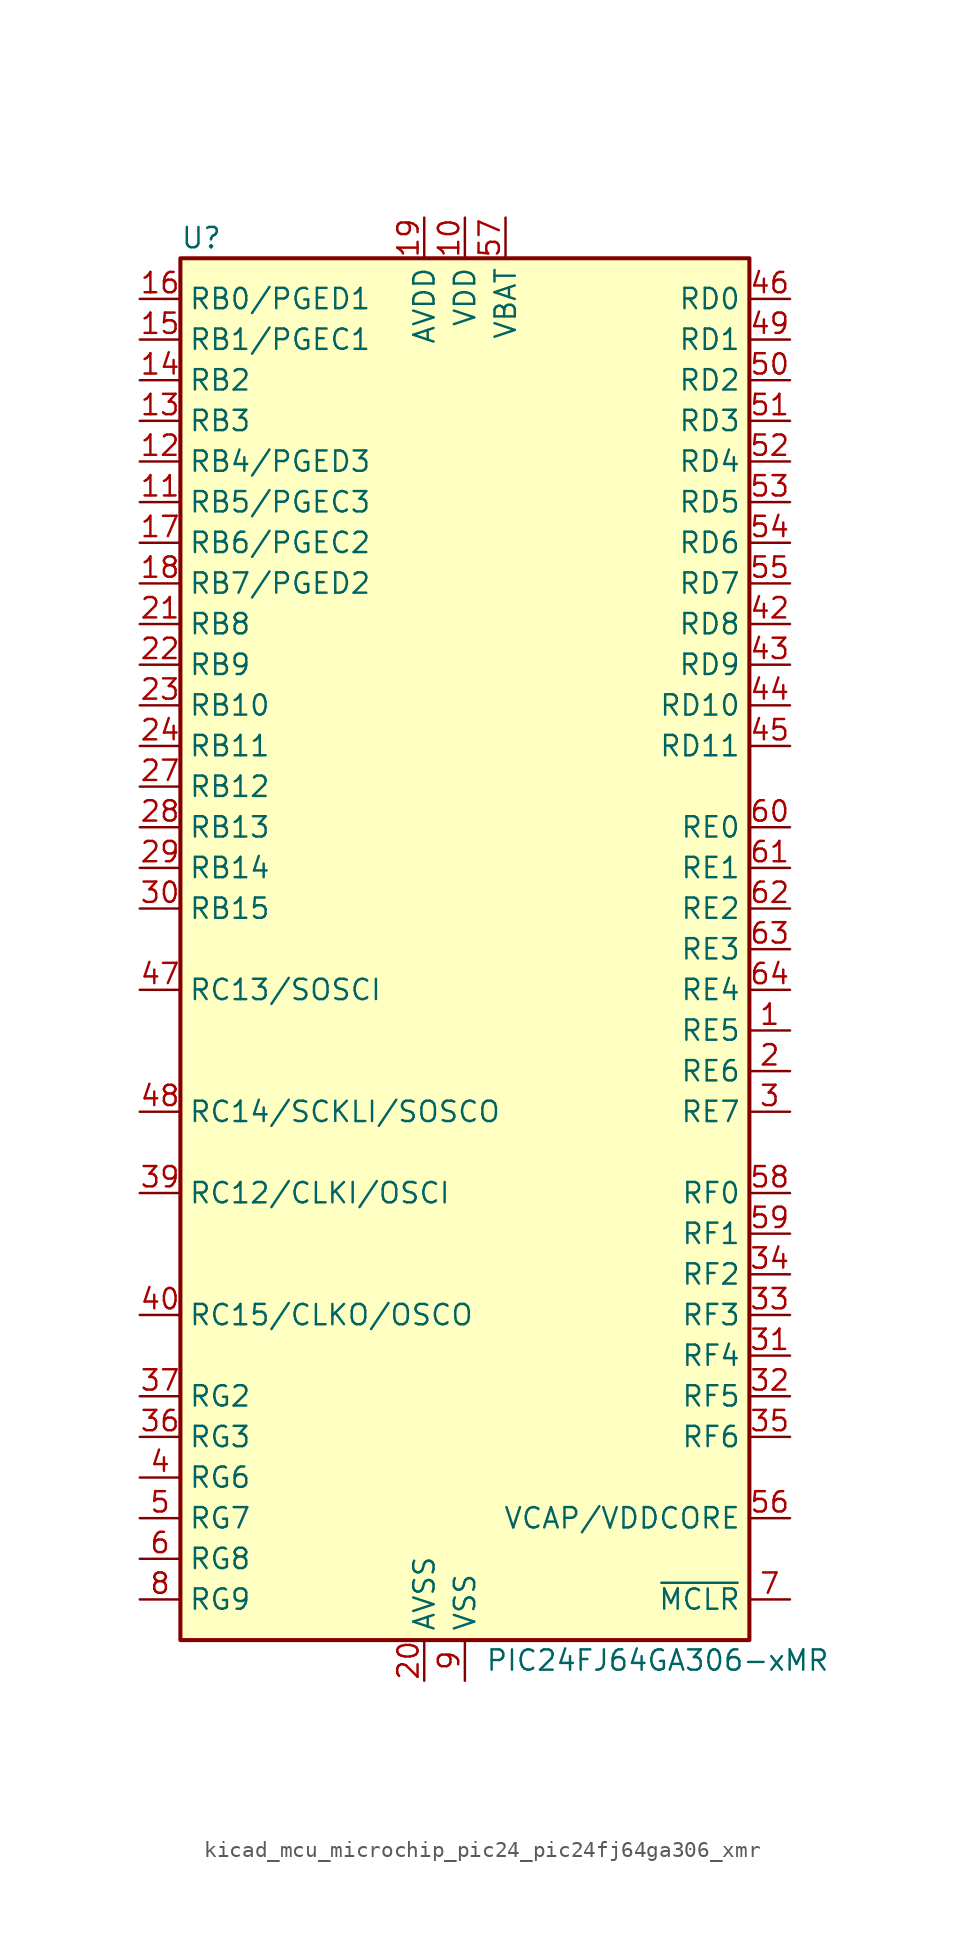
<source format=kicad_sym>
(kicad_symbol_lib
  (version 20220914)
  (generator kicad_symbol_editor)
  (symbol "kicad_mcu_microchip_pic24_pic24fj64ga306_xmr"
    (property "Reference" "U"
      (at -17.78 44.45 0)
      (effects (font (size 1.27 1.27)) (justify left)))
    (property "Value" "PIC24FJ64GA306-xMR"
      (at 1.27 -44.45 0)
      (effects (font (size 1.27 1.27)) (justify left)))
    (symbol "kicad_mcu_microchip_pic24_pic24fj64ga306_xmr_1_1"
      (rectangle (start -17.78 43.18) (end 17.78 -43.18) (stroke (width 0.254) (type default)) (fill (type background)))
      (pin bidirectional line (at 20.32 -5.08 180) (length 2.54) (name "RE5" (effects (font (size 1.27 1.27)))) (number "1" (effects (font (size 1.27 1.27)))) (alternate "CN63" bidirectional line) (alternate "CTED4" bidirectional line) (alternate "LCDBIAS2" bidirectional line) (alternate "PMD5" bidirectional line))
      (pin power_in line (at 0 45.72 270) (length 2.54) (name "VDD" (effects (font (size 1.27 1.27)))) (number "10" (effects (font (size 1.27 1.27)))))
      (pin bidirectional line (at -20.32 27.94 0) (length 2.54) (name "RB5/PGEC3" (effects (font (size 1.27 1.27)))) (number "11" (effects (font (size 1.27 1.27)))) (alternate "AN5" bidirectional line) (alternate "C1INA" bidirectional line) (alternate "CN7" bidirectional line) (alternate "RP18" bidirectional line) (alternate "SEG2" bidirectional line))
      (pin bidirectional line (at -20.32 30.48 0) (length 2.54) (name "RB4/PGED3" (effects (font (size 1.27 1.27)))) (number "12" (effects (font (size 1.27 1.27)))) (alternate "AN4" bidirectional line) (alternate "C1INB" bidirectional line) (alternate "CN6" bidirectional line) (alternate "RP28" bidirectional line) (alternate "SEG3" bidirectional line))
      (pin bidirectional line (at -20.32 33.02 0) (length 2.54) (name "RB3" (effects (font (size 1.27 1.27)))) (number "13" (effects (font (size 1.27 1.27)))) (alternate "AN3" bidirectional line) (alternate "C2INA" bidirectional line) (alternate "CN5" bidirectional line) (alternate "SEG4" bidirectional line))
      (pin bidirectional line (at -20.32 35.56 0) (length 2.54) (name "RB2" (effects (font (size 1.27 1.27)))) (number "14" (effects (font (size 1.27 1.27)))) (alternate "AN2" bidirectional line) (alternate "C2INB" bidirectional line) (alternate "CN4" bidirectional line) (alternate "CTCMP" bidirectional line) (alternate "CTED13" bidirectional line) (alternate "RP13" bidirectional line) (alternate "SEG5" bidirectional line))
      (pin bidirectional line (at -20.32 38.1 0) (length 2.54) (name "RB1/PGEC1" (effects (font (size 1.27 1.27)))) (number "15" (effects (font (size 1.27 1.27)))) (alternate "AN1" bidirectional line) (alternate "CN3" bidirectional line) (alternate "CTED12" bidirectional line) (alternate "CVREF-" bidirectional line) (alternate "RP1" bidirectional line) (alternate "SEG6" bidirectional line))
      (pin bidirectional line (at -20.32 40.64 0) (length 2.54) (name "RB0/PGED1" (effects (font (size 1.27 1.27)))) (number "16" (effects (font (size 1.27 1.27)))) (alternate "AN0" bidirectional line) (alternate "CN2" bidirectional line) (alternate "CVREF+" bidirectional line) (alternate "PMA6" bidirectional line) (alternate "RP0" bidirectional line) (alternate "SEG7" bidirectional line))
      (pin bidirectional line (at -20.32 25.4 0) (length 2.54) (name "RB6/PGEC2" (effects (font (size 1.27 1.27)))) (number "17" (effects (font (size 1.27 1.27)))) (alternate "AN6" bidirectional line) (alternate "CN24" bidirectional line) (alternate "LCDBIAS3" bidirectional line) (alternate "RP6" bidirectional line))
      (pin bidirectional line (at -20.32 22.86 0) (length 2.54) (name "RB7/PGED2" (effects (font (size 1.27 1.27)))) (number "18" (effects (font (size 1.27 1.27)))) (alternate "AN7" bidirectional line) (alternate "CN25" bidirectional line) (alternate "RP7" bidirectional line))
      (pin power_in line (at -2.54 45.72 270) (length 2.54) (name "AVDD" (effects (font (size 1.27 1.27)))) (number "19" (effects (font (size 1.27 1.27)))))
      (pin bidirectional line (at 20.32 -7.62 180) (length 2.54) (name "RE6" (effects (font (size 1.27 1.27)))) (number "2" (effects (font (size 1.27 1.27)))) (alternate "CN64" bidirectional line) (alternate "LCDBIAS1" bidirectional line) (alternate "PMD6" bidirectional line))
      (pin power_in line (at -2.54 -45.72 90) (length 2.54) (name "AVSS" (effects (font (size 1.27 1.27)))) (number "20" (effects (font (size 1.27 1.27)))))
      (pin bidirectional line (at -20.32 20.32 0) (length 2.54) (name "RB8" (effects (font (size 1.27 1.27)))) (number "21" (effects (font (size 1.27 1.27)))) (alternate "AN8" bidirectional line) (alternate "CN26" bidirectional line) (alternate "COM7" bidirectional line) (alternate "RP8" bidirectional line) (alternate "SEG31" bidirectional line))
      (pin bidirectional line (at -20.32 17.78 0) (length 2.54) (name "RB9" (effects (font (size 1.27 1.27)))) (number "22" (effects (font (size 1.27 1.27)))) (alternate "AN9" bidirectional line) (alternate "CN27" bidirectional line) (alternate "COM6" bidirectional line) (alternate "PMA7" bidirectional line) (alternate "RP9" bidirectional line) (alternate "SEG30" bidirectional line))
      (pin bidirectional line (at -20.32 15.24 0) (length 2.54) (name "RB10" (effects (font (size 1.27 1.27)))) (number "23" (effects (font (size 1.27 1.27)))) (alternate "AN10" bidirectional line) (alternate "CN28" bidirectional line) (alternate "COM5" bidirectional line) (alternate "CVREF" bidirectional line) (alternate "PMA13" bidirectional line) (alternate "SEG29" bidirectional line) (alternate "TMS" bidirectional line))
      (pin bidirectional line (at -20.32 12.7 0) (length 2.54) (name "RB11" (effects (font (size 1.27 1.27)))) (number "24" (effects (font (size 1.27 1.27)))) (alternate "AN11" bidirectional line) (alternate "CN29" bidirectional line) (alternate "PMA12" bidirectional line) (alternate "TDO" bidirectional line))
      (pin passive line (at 0 -45.72 90) (length 2.54) hide (name "VSS" (effects (font (size 1.27 1.27)))) (number "25" (effects (font (size 1.27 1.27)))))
      (pin passive line (at 0 45.72 270) (length 2.54) hide (name "VDD" (effects (font (size 1.27 1.27)))) (number "26" (effects (font (size 1.27 1.27)))))
      (pin bidirectional line (at -20.32 10.16 0) (length 2.54) (name "RB12" (effects (font (size 1.27 1.27)))) (number "27" (effects (font (size 1.27 1.27)))) (alternate "AN12" bidirectional line) (alternate "CN30" bidirectional line) (alternate "CTED2" bidirectional line) (alternate "PMA11" bidirectional line) (alternate "SEG18" bidirectional line) (alternate "TCK" bidirectional line))
      (pin bidirectional line (at -20.32 7.62 0) (length 2.54) (name "RB13" (effects (font (size 1.27 1.27)))) (number "28" (effects (font (size 1.27 1.27)))) (alternate "AN13" bidirectional line) (alternate "CN31" bidirectional line) (alternate "CTED1" bidirectional line) (alternate "PMA10" bidirectional line) (alternate "SEG19" bidirectional line) (alternate "TDI" bidirectional line))
      (pin bidirectional line (at -20.32 5.08 0) (length 2.54) (name "RB14" (effects (font (size 1.27 1.27)))) (number "29" (effects (font (size 1.27 1.27)))) (alternate "AN14" bidirectional line) (alternate "CN32" bidirectional line) (alternate "CTED5" bidirectional line) (alternate "CTPLS" bidirectional line) (alternate "PMA1" bidirectional line) (alternate "RP14" bidirectional line) (alternate "SEG8" bidirectional line))
      (pin bidirectional line (at 20.32 -10.16 180) (length 2.54) (name "RE7" (effects (font (size 1.27 1.27)))) (number "3" (effects (font (size 1.27 1.27)))) (alternate "CN65" bidirectional line) (alternate "LCDBIAS0" bidirectional line) (alternate "PMD7" bidirectional line))
      (pin bidirectional line (at -20.32 2.54 0) (length 2.54) (name "RB15" (effects (font (size 1.27 1.27)))) (number "30" (effects (font (size 1.27 1.27)))) (alternate "AN15" bidirectional line) (alternate "CN12" bidirectional line) (alternate "CTED6" bidirectional line) (alternate "PMA0" bidirectional line) (alternate "REFO" bidirectional line) (alternate "RP29" bidirectional line) (alternate "SEG9" bidirectional line))
      (pin bidirectional line (at 20.32 -25.4 180) (length 2.54) (name "RF4" (effects (font (size 1.27 1.27)))) (number "31" (effects (font (size 1.27 1.27)))) (alternate "CN17" bidirectional line) (alternate "PMA9" bidirectional line) (alternate "RP10" bidirectional line) (alternate "SDA2" bidirectional line) (alternate "SEG10" bidirectional line))
      (pin bidirectional line (at 20.32 -27.94 180) (length 2.54) (name "RF5" (effects (font (size 1.27 1.27)))) (number "32" (effects (font (size 1.27 1.27)))) (alternate "CN18" bidirectional line) (alternate "PMA8" bidirectional line) (alternate "RP17" bidirectional line) (alternate "SCL2" bidirectional line) (alternate "SEG11" bidirectional line))
      (pin bidirectional line (at 20.32 -22.86 180) (length 2.54) (name "RF3" (effects (font (size 1.27 1.27)))) (number "33" (effects (font (size 1.27 1.27)))) (alternate "CN71" bidirectional line) (alternate "RP16" bidirectional line) (alternate "SEG12" bidirectional line))
      (pin bidirectional line (at 20.32 -20.32 180) (length 2.54) (name "RF2" (effects (font (size 1.27 1.27)))) (number "34" (effects (font (size 1.27 1.27)))) (alternate "CN70" bidirectional line) (alternate "RP30" bidirectional line))
      (pin bidirectional line (at 20.32 -30.48 180) (length 2.54) (name "RF6" (effects (font (size 1.27 1.27)))) (number "35" (effects (font (size 1.27 1.27)))) (alternate "CN84" bidirectional line) (alternate "INT0" bidirectional line))
      (pin bidirectional line (at -20.32 -30.48 0) (length 2.54) (name "RG3" (effects (font (size 1.27 1.27)))) (number "36" (effects (font (size 1.27 1.27)))) (alternate "CN73" bidirectional line) (alternate "SDA1" bidirectional line) (alternate "SEG47" bidirectional line))
      (pin bidirectional line (at -20.32 -27.94 0) (length 2.54) (name "RG2" (effects (font (size 1.27 1.27)))) (number "37" (effects (font (size 1.27 1.27)))) (alternate "CN72" bidirectional line) (alternate "SCL1" bidirectional line) (alternate "SEG28" bidirectional line))
      (pin passive line (at 0 45.72 270) (length 2.54) hide (name "VDD" (effects (font (size 1.27 1.27)))) (number "38" (effects (font (size 1.27 1.27)))))
      (pin bidirectional line (at -20.32 -15.24 0) (length 2.54) (name "RC12/CLKI/OSCI" (effects (font (size 1.27 1.27)))) (number "39" (effects (font (size 1.27 1.27)))) (alternate "CN23" bidirectional line))
      (pin bidirectional line (at -20.32 -33.02 0) (length 2.54) (name "RG6" (effects (font (size 1.27 1.27)))) (number "4" (effects (font (size 1.27 1.27)))) (alternate "C1IND" bidirectional line) (alternate "CN8" bidirectional line) (alternate "PMA5" bidirectional line) (alternate "RP21" bidirectional line) (alternate "SEG0" bidirectional line))
      (pin bidirectional line (at -20.32 -22.86 0) (length 2.54) (name "RC15/CLKO/OSCO" (effects (font (size 1.27 1.27)))) (number "40" (effects (font (size 1.27 1.27)))) (alternate "CN22" bidirectional line))
      (pin passive line (at 0 -45.72 90) (length 2.54) hide (name "VSS" (effects (font (size 1.27 1.27)))) (number "41" (effects (font (size 1.27 1.27)))))
      (pin bidirectional line (at 20.32 20.32 180) (length 2.54) (name "RD8" (effects (font (size 1.27 1.27)))) (number "42" (effects (font (size 1.27 1.27)))) (alternate "CN53" bidirectional line) (alternate "RP2" bidirectional line) (alternate "RTCC" bidirectional line) (alternate "SEG13" bidirectional line))
      (pin bidirectional line (at 20.32 17.78 180) (length 2.54) (name "RD9" (effects (font (size 1.27 1.27)))) (number "43" (effects (font (size 1.27 1.27)))) (alternate "CN54" bidirectional line) (alternate "PMACK2" bidirectional line) (alternate "RP4" bidirectional line) (alternate "SEG14" bidirectional line))
      (pin bidirectional line (at 20.32 15.24 180) (length 2.54) (name "RD10" (effects (font (size 1.27 1.27)))) (number "44" (effects (font (size 1.27 1.27)))) (alternate "C3IND" bidirectional line) (alternate "CN55" bidirectional line) (alternate "CS2" bidirectional line) (alternate "PMA15" bidirectional line) (alternate "RP3" bidirectional line) (alternate "SEG15" bidirectional line))
      (pin bidirectional line (at 20.32 12.7 180) (length 2.54) (name "RD11" (effects (font (size 1.27 1.27)))) (number "45" (effects (font (size 1.27 1.27)))) (alternate "C3INC" bidirectional line) (alternate "CN56" bidirectional line) (alternate "CS1" bidirectional line) (alternate "PMA14" bidirectional line) (alternate "RP12" bidirectional line) (alternate "SEG16" bidirectional line))
      (pin bidirectional line (at 20.32 40.64 180) (length 2.54) (name "RD0" (effects (font (size 1.27 1.27)))) (number "46" (effects (font (size 1.27 1.27)))) (alternate "CN49" bidirectional line) (alternate "RP11" bidirectional line) (alternate "SEG17" bidirectional line))
      (pin bidirectional line (at -20.32 -2.54 0) (length 2.54) (name "RC13/SOSCI" (effects (font (size 1.27 1.27)))) (number "47" (effects (font (size 1.27 1.27)))))
      (pin bidirectional line (at -20.32 -10.16 0) (length 2.54) (name "RC14/SCKLI/SOSCO" (effects (font (size 1.27 1.27)))) (number "48" (effects (font (size 1.27 1.27)))) (alternate "RPI37" bidirectional line))
      (pin bidirectional line (at 20.32 38.1 180) (length 2.54) (name "RD1" (effects (font (size 1.27 1.27)))) (number "49" (effects (font (size 1.27 1.27)))) (alternate "CN50" bidirectional line) (alternate "RP24" bidirectional line) (alternate "SEG20" bidirectional line))
      (pin bidirectional line (at -20.32 -35.56 0) (length 2.54) (name "RG7" (effects (font (size 1.27 1.27)))) (number "5" (effects (font (size 1.27 1.27)))) (alternate "C1INC" bidirectional line) (alternate "CN9" bidirectional line) (alternate "PMA4" bidirectional line) (alternate "RP26" bidirectional line) (alternate "VLCAP1" bidirectional line))
      (pin bidirectional line (at 20.32 35.56 180) (length 2.54) (name "RD2" (effects (font (size 1.27 1.27)))) (number "50" (effects (font (size 1.27 1.27)))) (alternate "CN51" bidirectional line) (alternate "PMACK1" bidirectional line) (alternate "RP23" bidirectional line) (alternate "SEG21" bidirectional line))
      (pin bidirectional line (at 20.32 33.02 180) (length 2.54) (name "RD3" (effects (font (size 1.27 1.27)))) (number "51" (effects (font (size 1.27 1.27)))) (alternate "CN52" bidirectional line) (alternate "PMBE0" bidirectional line) (alternate "RP22" bidirectional line) (alternate "SEG22" bidirectional line))
      (pin bidirectional line (at 20.32 30.48 180) (length 2.54) (name "RD4" (effects (font (size 1.27 1.27)))) (number "52" (effects (font (size 1.27 1.27)))) (alternate "CN13" bidirectional line) (alternate "PMWR" bidirectional line) (alternate "RP25" bidirectional line) (alternate "SEG23" bidirectional line))
      (pin bidirectional line (at 20.32 27.94 180) (length 2.54) (name "RD5" (effects (font (size 1.27 1.27)))) (number "53" (effects (font (size 1.27 1.27)))) (alternate "CN14" bidirectional line) (alternate "PMRD" bidirectional line) (alternate "RP20" bidirectional line) (alternate "SEG24" bidirectional line))
      (pin bidirectional line (at 20.32 25.4 180) (length 2.54) (name "RD6" (effects (font (size 1.27 1.27)))) (number "54" (effects (font (size 1.27 1.27)))) (alternate "C3INB" bidirectional line) (alternate "CN15" bidirectional line) (alternate "SEG25" bidirectional line))
      (pin bidirectional line (at 20.32 22.86 180) (length 2.54) (name "RD7" (effects (font (size 1.27 1.27)))) (number "55" (effects (font (size 1.27 1.27)))) (alternate "C3INA" bidirectional line) (alternate "CN16" bidirectional line) (alternate "SEG26" bidirectional line))
      (pin passive line (at 20.32 -35.56 180) (length 2.54) (name "VCAP/VDDCORE" (effects (font (size 1.27 1.27)))) (number "56" (effects (font (size 1.27 1.27)))))
      (pin power_in line (at 2.54 45.72 270) (length 2.54) (name "VBAT" (effects (font (size 1.27 1.27)))) (number "57" (effects (font (size 1.27 1.27)))))
      (pin bidirectional line (at 20.32 -15.24 180) (length 2.54) (name "RF0" (effects (font (size 1.27 1.27)))) (number "58" (effects (font (size 1.27 1.27)))) (alternate "CN68" bidirectional line) (alternate "SEG27" bidirectional line))
      (pin bidirectional line (at 20.32 -17.78 180) (length 2.54) (name "RF1" (effects (font (size 1.27 1.27)))) (number "59" (effects (font (size 1.27 1.27)))) (alternate "CN69" bidirectional line) (alternate "COM4" bidirectional line) (alternate "SEG48" bidirectional line))
      (pin bidirectional line (at -20.32 -38.1 0) (length 2.54) (name "RG8" (effects (font (size 1.27 1.27)))) (number "6" (effects (font (size 1.27 1.27)))) (alternate "C2IND" bidirectional line) (alternate "CN10" bidirectional line) (alternate "PMA3" bidirectional line) (alternate "RP19" bidirectional line) (alternate "VLCAP2" bidirectional line))
      (pin bidirectional line (at 20.32 7.62 180) (length 2.54) (name "RE0" (effects (font (size 1.27 1.27)))) (number "60" (effects (font (size 1.27 1.27)))) (alternate "CN58" bidirectional line) (alternate "COM3" bidirectional line) (alternate "PMD0" bidirectional line))
      (pin bidirectional line (at 20.32 5.08 180) (length 2.54) (name "RE1" (effects (font (size 1.27 1.27)))) (number "61" (effects (font (size 1.27 1.27)))) (alternate "CN59" bidirectional line) (alternate "COM2" bidirectional line) (alternate "PMD1" bidirectional line))
      (pin bidirectional line (at 20.32 2.54 180) (length 2.54) (name "RE2" (effects (font (size 1.27 1.27)))) (number "62" (effects (font (size 1.27 1.27)))) (alternate "CN60" bidirectional line) (alternate "COM1" bidirectional line) (alternate "PMD2" bidirectional line))
      (pin bidirectional line (at 20.32 0 180) (length 2.54) (name "RE3" (effects (font (size 1.27 1.27)))) (number "63" (effects (font (size 1.27 1.27)))) (alternate "CN61" bidirectional line) (alternate "COM0" bidirectional line) (alternate "CTED9" bidirectional line) (alternate "PMD3" bidirectional line))
      (pin bidirectional line (at 20.32 -2.54 180) (length 2.54) (name "RE4" (effects (font (size 1.27 1.27)))) (number "64" (effects (font (size 1.27 1.27)))) (alternate "CN62" bidirectional line) (alternate "CTED8" bidirectional line) (alternate "HLVDIN" bidirectional line) (alternate "PMD4" bidirectional line))
      (pin input line (at 20.32 -40.64 180) (length 2.54) (name "~{MCLR}" (effects (font (size 1.27 1.27)))) (number "7" (effects (font (size 1.27 1.27)))))
      (pin bidirectional line (at -20.32 -40.64 0) (length 2.54) (name "RG9" (effects (font (size 1.27 1.27)))) (number "8" (effects (font (size 1.27 1.27)))) (alternate "C2INC" bidirectional line) (alternate "CN11" bidirectional line) (alternate "PMA2" bidirectional line) (alternate "RP27" bidirectional line) (alternate "SEG1" bidirectional line))
      (pin power_in line (at 0 -45.72 90) (length 2.54) (name "VSS" (effects (font (size 1.27 1.27)))) (number "9" (effects (font (size 1.27 1.27))))))))
</source>
